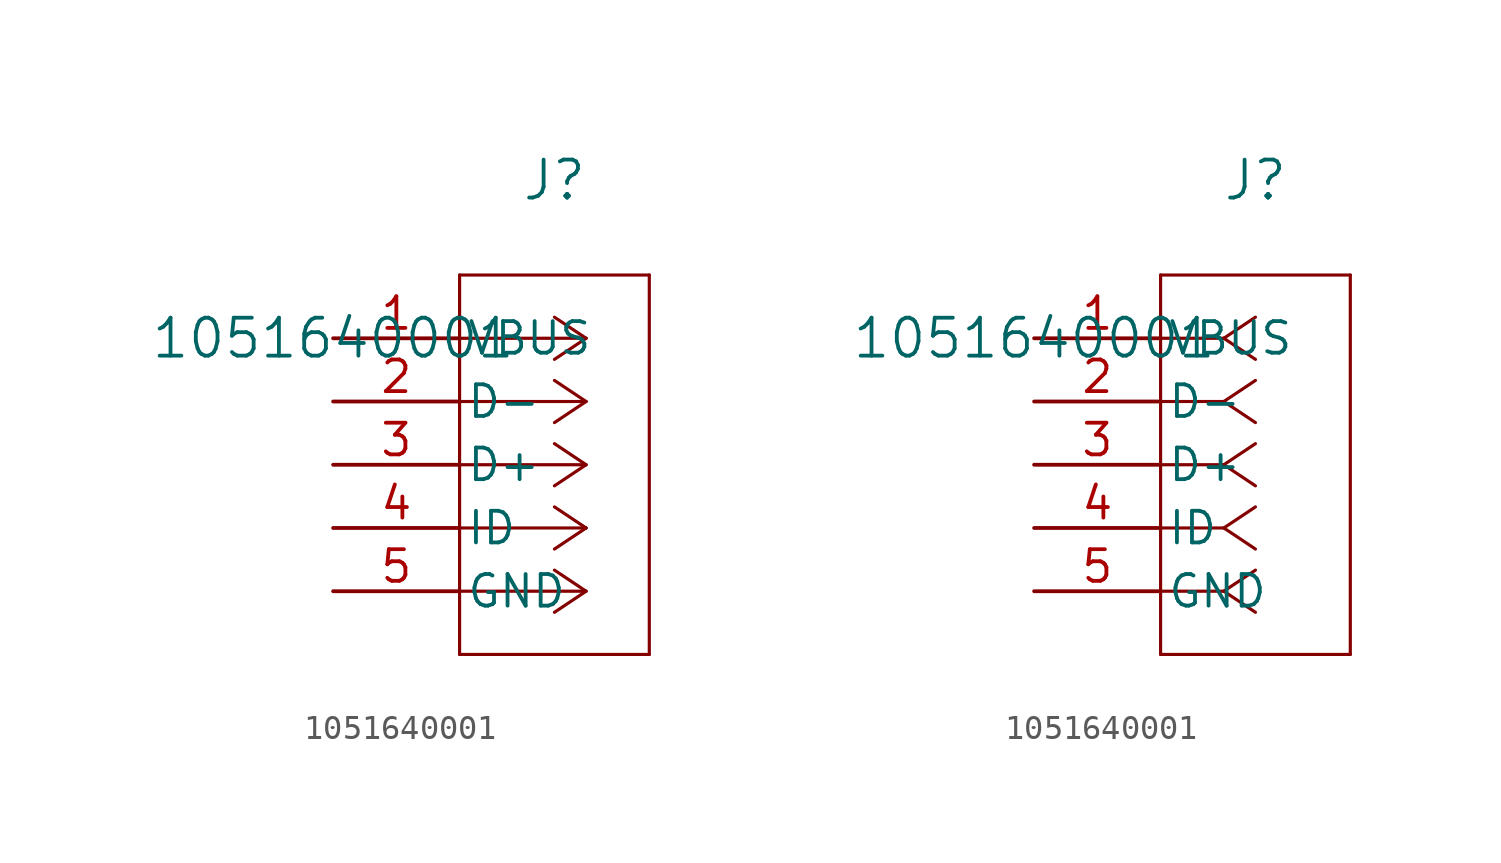
<source format=kicad_sym>
(kicad_symbol_lib
  (version 20211014)
  (generator kicad_symbol_editor)
  (symbol "1051640001"
    (pin_names
      (offset 0.254))
    (property "Reference" "J"
      (at 8.89 6.35 0)
      (effects (font (size 1.524 1.524))))
    (property "Value" "1051640001"
      (at 0 0 0)
      (effects (font (size 1.524 1.524))))
    (symbol "1051640001_1_1"
      (polyline (pts (xy 10.16 0) (xy 5.08 0)) (stroke (width 0.127) (type default) (color 0 0 0 0)) (fill (type none)))
      (polyline (pts (xy 10.16 -2.54) (xy 5.08 -2.54)) (stroke (width 0.127) (type default) (color 0 0 0 0)) (fill (type none)))
      (polyline (pts (xy 10.16 -5.08) (xy 5.08 -5.08)) (stroke (width 0.127) (type default) (color 0 0 0 0)) (fill (type none)))
      (polyline (pts (xy 10.16 -7.62) (xy 5.08 -7.62)) (stroke (width 0.127) (type default) (color 0 0 0 0)) (fill (type none)))
      (polyline (pts (xy 10.16 -10.16) (xy 5.08 -10.16)) (stroke (width 0.127) (type default) (color 0 0 0 0)) (fill (type none)))
      (polyline (pts (xy 10.16 0) (xy 8.89 0.847)) (stroke (width 0.127) (type default) (color 0 0 0 0)) (fill (type none)))
      (polyline (pts (xy 10.16 -2.54) (xy 8.89 -1.693)) (stroke (width 0.127) (type default) (color 0 0 0 0)) (fill (type none)))
      (polyline (pts (xy 10.16 -5.08) (xy 8.89 -4.233)) (stroke (width 0.127) (type default) (color 0 0 0 0)) (fill (type none)))
      (polyline (pts (xy 10.16 -7.62) (xy 8.89 -6.773)) (stroke (width 0.127) (type default) (color 0 0 0 0)) (fill (type none)))
      (polyline (pts (xy 10.16 -10.16) (xy 8.89 -9.313)) (stroke (width 0.127) (type default) (color 0 0 0 0)) (fill (type none)))
      (polyline (pts (xy 10.16 0) (xy 8.89 -0.847)) (stroke (width 0.127) (type default) (color 0 0 0 0)) (fill (type none)))
      (polyline (pts (xy 10.16 -2.54) (xy 8.89 -3.387)) (stroke (width 0.127) (type default) (color 0 0 0 0)) (fill (type none)))
      (polyline (pts (xy 10.16 -5.08) (xy 8.89 -5.927)) (stroke (width 0.127) (type default) (color 0 0 0 0)) (fill (type none)))
      (polyline (pts (xy 10.16 -7.62) (xy 8.89 -8.467)) (stroke (width 0.127) (type default) (color 0 0 0 0)) (fill (type none)))
      (polyline (pts (xy 10.16 -10.16) (xy 8.89 -11.007)) (stroke (width 0.127) (type default) (color 0 0 0 0)) (fill (type none)))
      (polyline (pts (xy 5.08 2.54) (xy 5.08 -12.7)) (stroke (width 0.127) (type default) (color 0 0 0 0)) (fill (type none)))
      (polyline (pts (xy 5.08 -12.7) (xy 12.7 -12.7)) (stroke (width 0.127) (type default) (color 0 0 0 0)) (fill (type none)))
      (polyline (pts (xy 12.7 -12.7) (xy 12.7 2.54)) (stroke (width 0.127) (type default) (color 0 0 0 0)) (fill (type none)))
      (polyline (pts (xy 12.7 2.54) (xy 5.08 2.54)) (stroke (width 0.127) (type default) (color 0 0 0 0)) (fill (type none)))
      (pin unspecified line (at 0 0 0) (length 5.08) (name "VBUS" (effects (font (size 1.27 1.27)))) (number "1" (effects (font (size 1.27 1.27)))))
      (pin unspecified line (at 0 -2.54 0) (length 5.08) (name "D-" (effects (font (size 1.27 1.27)))) (number "2" (effects (font (size 1.27 1.27)))))
      (pin unspecified line (at 0 -5.08 0) (length 5.08) (name "D+" (effects (font (size 1.27 1.27)))) (number "3" (effects (font (size 1.27 1.27)))))
      (pin unspecified line (at 0 -7.62 0) (length 5.08) (name "ID" (effects (font (size 1.27 1.27)))) (number "4" (effects (font (size 1.27 1.27)))))
      (pin power_out line (at 0 -10.16 0) (length 5.08) (name "GND" (effects (font (size 1.27 1.27)))) (number "5" (effects (font (size 1.27 1.27))))))
    (symbol "1051640001_1_2"
      (polyline (pts (xy 7.62 0) (xy 5.08 0)) (stroke (width 0.127) (type default) (color 0 0 0 0)) (fill (type none)))
      (polyline (pts (xy 7.62 -2.54) (xy 5.08 -2.54)) (stroke (width 0.127) (type default) (color 0 0 0 0)) (fill (type none)))
      (polyline (pts (xy 7.62 -5.08) (xy 5.08 -5.08)) (stroke (width 0.127) (type default) (color 0 0 0 0)) (fill (type none)))
      (polyline (pts (xy 7.62 -7.62) (xy 5.08 -7.62)) (stroke (width 0.127) (type default) (color 0 0 0 0)) (fill (type none)))
      (polyline (pts (xy 7.62 -10.16) (xy 5.08 -10.16)) (stroke (width 0.127) (type default) (color 0 0 0 0)) (fill (type none)))
      (polyline (pts (xy 7.62 0) (xy 8.89 0.847)) (stroke (width 0.127) (type default) (color 0 0 0 0)) (fill (type none)))
      (polyline (pts (xy 7.62 -2.54) (xy 8.89 -1.693)) (stroke (width 0.127) (type default) (color 0 0 0 0)) (fill (type none)))
      (polyline (pts (xy 7.62 -5.08) (xy 8.89 -4.233)) (stroke (width 0.127) (type default) (color 0 0 0 0)) (fill (type none)))
      (polyline (pts (xy 7.62 -7.62) (xy 8.89 -6.773)) (stroke (width 0.127) (type default) (color 0 0 0 0)) (fill (type none)))
      (polyline (pts (xy 7.62 -10.16) (xy 8.89 -9.313)) (stroke (width 0.127) (type default) (color 0 0 0 0)) (fill (type none)))
      (polyline (pts (xy 7.62 0) (xy 8.89 -0.847)) (stroke (width 0.127) (type default) (color 0 0 0 0)) (fill (type none)))
      (polyline (pts (xy 7.62 -2.54) (xy 8.89 -3.387)) (stroke (width 0.127) (type default) (color 0 0 0 0)) (fill (type none)))
      (polyline (pts (xy 7.62 -5.08) (xy 8.89 -5.927)) (stroke (width 0.127) (type default) (color 0 0 0 0)) (fill (type none)))
      (polyline (pts (xy 7.62 -7.62) (xy 8.89 -8.467)) (stroke (width 0.127) (type default) (color 0 0 0 0)) (fill (type none)))
      (polyline (pts (xy 7.62 -10.16) (xy 8.89 -11.007)) (stroke (width 0.127) (type default) (color 0 0 0 0)) (fill (type none)))
      (polyline (pts (xy 5.08 2.54) (xy 5.08 -12.7)) (stroke (width 0.127) (type default) (color 0 0 0 0)) (fill (type none)))
      (polyline (pts (xy 5.08 -12.7) (xy 12.7 -12.7)) (stroke (width 0.127) (type default) (color 0 0 0 0)) (fill (type none)))
      (polyline (pts (xy 12.7 -12.7) (xy 12.7 2.54)) (stroke (width 0.127) (type default) (color 0 0 0 0)) (fill (type none)))
      (polyline (pts (xy 12.7 2.54) (xy 5.08 2.54)) (stroke (width 0.127) (type default) (color 0 0 0 0)) (fill (type none)))
      (pin unspecified line (at 0 0 0) (length 5.08) (name "VBUS" (effects (font (size 1.27 1.27)))) (number "1" (effects (font (size 1.27 1.27)))))
      (pin unspecified line (at 0 -2.54 0) (length 5.08) (name "D-" (effects (font (size 1.27 1.27)))) (number "2" (effects (font (size 1.27 1.27)))))
      (pin unspecified line (at 0 -5.08 0) (length 5.08) (name "D+" (effects (font (size 1.27 1.27)))) (number "3" (effects (font (size 1.27 1.27)))))
      (pin unspecified line (at 0 -7.62 0) (length 5.08) (name "ID" (effects (font (size 1.27 1.27)))) (number "4" (effects (font (size 1.27 1.27)))))
      (pin power_out line (at 0 -10.16 0) (length 5.08) (name "GND" (effects (font (size 1.27 1.27)))) (number "5" (effects (font (size 1.27 1.27))))))))
</source>
